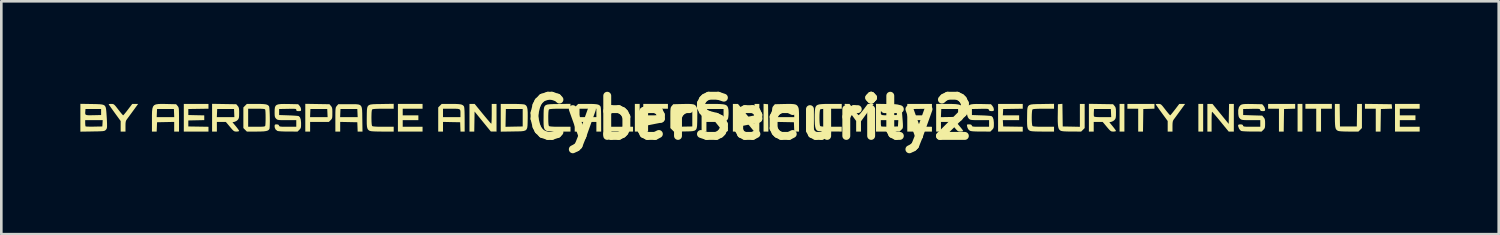
<source format=kicad_pcb>
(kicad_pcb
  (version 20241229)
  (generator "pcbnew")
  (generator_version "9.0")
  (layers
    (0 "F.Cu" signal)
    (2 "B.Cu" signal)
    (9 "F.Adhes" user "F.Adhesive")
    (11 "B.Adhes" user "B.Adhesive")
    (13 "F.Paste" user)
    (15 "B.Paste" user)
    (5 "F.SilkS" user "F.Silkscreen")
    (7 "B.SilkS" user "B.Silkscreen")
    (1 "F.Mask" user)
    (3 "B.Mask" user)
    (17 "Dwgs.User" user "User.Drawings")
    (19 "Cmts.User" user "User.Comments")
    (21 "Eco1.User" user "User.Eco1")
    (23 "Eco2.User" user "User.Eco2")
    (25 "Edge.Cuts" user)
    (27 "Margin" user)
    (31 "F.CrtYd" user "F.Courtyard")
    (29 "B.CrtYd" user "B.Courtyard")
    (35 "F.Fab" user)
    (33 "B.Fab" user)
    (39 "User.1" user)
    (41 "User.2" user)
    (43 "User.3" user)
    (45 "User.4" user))
  (footprint "CyberSecurity2"
    (layer "F.Cu")
    (at 25.4 1.418)
    (property "Reference" "CyberSecurity2" (at 0 0 0) (layer "F.SilkS") (effects (font (size 1.524 1.524) (thickness 0.3))))
    (attr board_only exclude_from_pos_files exclude_from_bom)
    (fp_poly (pts (xy -4.176 0.525) (xy -4.359 0.525) (xy -4.359 -0.525) (xy -4.176 -0.525)) (stroke (width 0) (type solid)) (fill yes) (layer "F.SilkS"))
    (fp_poly (pts (xy 14.218 0.525) (xy 14.035 0.525) (xy 14.035 -0.525) (xy 14.218 -0.525)) (stroke (width 0) (type solid)) (fill yes) (layer "F.SilkS"))
    (fp_poly (pts (xy 17.207 0.525) (xy 17.025 0.525) (xy 17.025 -0.525) (xy 17.207 -0.525)) (stroke (width 0) (type solid)) (fill yes) (layer "F.SilkS"))
    (fp_poly (pts (xy 20.973 0.525) (xy 20.79 0.525) (xy 20.79 -0.525) (xy 20.973 -0.525)) (stroke (width 0) (type solid)) (fill yes) (layer "F.SilkS"))
    (fp_poly (pts (xy -5.272 0.342) (xy -4.427 0.342) (xy -4.427 0.525) (xy -5.454 0.525) (xy -5.454 -0.525) (xy -5.272 -0.525)) (stroke (width 0) (type solid)) (fill yes) (layer "F.SilkS"))
    (fp_poly (pts (xy 0.61 -0.521) (xy 0.696 -0.513) (xy 0.702 0.006) (xy 0.708 0.525) (xy 0.525 0.525) (xy 0.525 -0.528)) (stroke (width 0) (type solid)) (fill yes) (layer "F.SilkS"))
    (fp_poly (pts (xy 22.091 -0.342) (xy 21.68 -0.342) (xy 21.68 0.525) (xy 21.498 0.525) (xy 21.498 -0.342) (xy 21.087 -0.342) (xy 21.087 -0.525) (xy 22.091 -0.525)) (stroke (width 0) (type solid)) (fill yes) (layer "F.SilkS"))
    (fp_poly (pts (xy 20.699 -0.344) (xy 20.277 -0.331) (xy 20.27 0.097) (xy 20.264 0.525) (xy 20.083 0.525) (xy 20.083 -0.342) (xy 19.672 -0.342) (xy 19.672 -0.525) (xy 20.699 -0.525)) (stroke (width 0) (type solid)) (fill yes) (layer "F.SilkS"))
    (fp_poly (pts (xy -3.104 -0.342) (xy -3.857 -0.342) (xy -3.857 -0.091) (xy -3.241 -0.091) (xy -3.241 0.091) (xy -3.857 0.091) (xy -3.857 0.525) (xy -4.039 0.525) (xy -4.039 -0.525) (xy -3.104 -0.525)) (stroke (width 0) (type solid)) (fill yes) (layer "F.SilkS"))
    (fp_poly (pts (xy 15.359 -0.344) (xy 15.148 -0.337) (xy 14.936 -0.331) (xy 14.93 0.097) (xy 14.924 0.525) (xy 14.742 0.525) (xy 14.742 -0.342) (xy 14.332 -0.342) (xy 14.332 -0.525) (xy 15.359 -0.525)) (stroke (width 0) (type solid)) (fill yes) (layer "F.SilkS"))
    (fp_poly (pts (xy -12.415 -0.342) (xy -13.168 -0.342) (xy -13.168 -0.091) (xy -12.574 -0.091) (xy -12.574 0.091) (xy -13.168 0.091) (xy -13.168 0.342) (xy -12.415 0.342) (xy -12.415 0.525) (xy -13.35 0.525) (xy -13.35 -0.525) (xy -12.415 -0.525)) (stroke (width 0) (type solid)) (fill yes) (layer "F.SilkS"))
    (fp_poly (pts (xy 23.854 -0.52) (xy 24.362 -0.513) (xy 24.369 -0.429) (xy 24.376 -0.344) (xy 24.163 -0.337) (xy 23.951 -0.331) (xy 23.945 0.097) (xy 23.938 0.525) (xy 23.757 0.525) (xy 23.757 -0.342) (xy 23.346 -0.342) (xy 23.346 -0.526)) (stroke (width 0) (type solid)) (fill yes) (layer "F.SilkS"))
    (fp_poly (pts (xy 25.423 -0.342) (xy 24.67 -0.342) (xy 24.67 -0.091) (xy 25.263 -0.091) (xy 25.263 0.091) (xy 24.67 0.091) (xy 24.67 0.342) (xy 25.423 0.342) (xy 25.423 0.525) (xy 24.487 0.525) (xy 24.487 -0.525) (xy 25.423 -0.525)) (stroke (width 0) (type solid)) (fill yes) (layer "F.SilkS"))
    (fp_poly (pts (xy -20.539 -0.343) (xy -21.304 -0.331) (xy -21.304 -0.103) (xy -21.001 -0.096) (xy -20.699 -0.09) (xy -20.699 0.09) (xy -21.304 0.103) (xy -21.304 0.331) (xy -20.539 0.343) (xy -20.539 0.525) (xy -21.475 0.525) (xy -21.475 -0.525) (xy -20.539 -0.525)) (stroke (width 0) (type solid)) (fill yes) (layer "F.SilkS"))
    (fp_poly (pts (xy 6.915 -0.343) (xy 6.544 -0.337) (xy 6.173 -0.331) (xy 6.159 -0.091) (xy 6.778 -0.091) (xy 6.778 0.091) (xy 6.159 0.091) (xy 6.166 0.211) (xy 6.173 0.331) (xy 6.544 0.337) (xy 6.915 0.343) (xy 6.915 0.525) (xy 5.979 0.525) (xy 5.979 -0.525) (xy 6.915 -0.525)) (stroke (width 0) (type solid)) (fill yes) (layer "F.SilkS"))
    (fp_poly (pts (xy 10.361 -0.343) (xy 9.99 -0.337) (xy 9.619 -0.331) (xy 9.605 -0.091) (xy 10.224 -0.091) (xy 10.224 0.091) (xy 9.605 0.091) (xy 9.612 0.211) (xy 9.619 0.331) (xy 9.99 0.337) (xy 10.361 0.343) (xy 10.361 0.525) (xy 9.425 0.525) (xy 9.425 -0.525) (xy 10.361 -0.525)) (stroke (width 0) (type solid)) (fill yes) (layer "F.SilkS"))
    (fp_poly (pts (xy -10.132 -0.149) (xy -10.04 -0.038) (xy -9.958 0.06) (xy -9.889 0.14) (xy -9.839 0.197) (xy -9.811 0.225) (xy -9.807 0.227) (xy -9.802 0.206) (xy -9.797 0.147) (xy -9.793 0.057) (xy -9.791 -0.057) (xy -9.79 -0.148) (xy -9.79 -0.525) (xy -9.608 -0.525) (xy -9.608 0.525) (xy -9.716 0.523) (xy -9.825 0.522) (xy -10.441 -0.235) (xy -10.447 0.145) (xy -10.453 0.525) (xy -10.635 0.525) (xy -10.635 -0.525) (xy -10.439 -0.525)) (stroke (width 0) (type solid)) (fill yes) (layer "F.SilkS"))
    (fp_poly (pts (xy 0.365 0.525) (xy 0.17 0.525) (xy -0.138 0.149) (xy -0.229 0.037) (xy -0.312 -0.061) (xy -0.38 -0.141) (xy -0.431 -0.198) (xy -0.459 -0.226) (xy -0.462 -0.228) (xy -0.468 -0.206) (xy -0.473 -0.147) (xy -0.476 -0.057) (xy -0.479 0.057) (xy -0.479 0.148) (xy -0.479 0.525) (xy -0.639 0.525) (xy -0.639 -0.525) (xy -0.445 -0.523) (xy -0.137 -0.144) (xy 0.171 0.234) (xy 0.177 -0.145) (xy 0.184 -0.525) (xy 0.365 -0.525)) (stroke (width 0) (type solid)) (fill yes) (layer "F.SilkS"))
    (fp_poly (pts (xy 11.872 -0.098) (xy 11.878 0.331) (xy 12.204 0.337) (xy 12.529 0.344) (xy 12.529 -0.525) (xy 12.711 -0.525) (xy 12.711 0.391) (xy 12.578 0.525) (xy 12.217 0.524) (xy 12.065 0.522) (xy 11.953 0.518) (xy 11.874 0.511) (xy 11.82 0.5) (xy 11.794 0.489) (xy 11.757 0.462) (xy 11.729 0.421) (xy 11.709 0.361) (xy 11.697 0.277) (xy 11.69 0.162) (xy 11.688 0.01) (xy 11.69 -0.119) (xy 11.696 -0.513) (xy 11.866 -0.528)) (stroke (width 0) (type solid)) (fill yes) (layer "F.SilkS"))
    (fp_poly (pts (xy 18.371 0.525) (xy 18.176 0.525) (xy 17.868 0.149) (xy 17.777 0.037) (xy 17.694 -0.061) (xy 17.626 -0.141) (xy 17.575 -0.198) (xy 17.547 -0.226) (xy 17.544 -0.228) (xy 17.538 -0.206) (xy 17.533 -0.147) (xy 17.529 -0.057) (xy 17.527 0.057) (xy 17.527 0.148) (xy 17.527 0.525) (xy 17.367 0.525) (xy 17.367 -0.525) (xy 17.561 -0.523) (xy 17.869 -0.144) (xy 18.177 0.234) (xy 18.183 -0.145) (xy 18.19 -0.525) (xy 18.371 -0.525)) (stroke (width 0) (type solid)) (fill yes) (layer "F.SilkS"))
    (fp_poly (pts (xy 22.393 -0.097) (xy 22.399 0.331) (xy 23.038 0.331) (xy 23.044 -0.097) (xy 23.05 -0.525) (xy 23.232 -0.525) (xy 23.232 0.391) (xy 23.099 0.525) (xy 22.737 0.525) (xy 22.566 0.522) (xy 22.439 0.516) (xy 22.356 0.506) (xy 22.32 0.496) (xy 22.283 0.473) (xy 22.255 0.444) (xy 22.234 0.402) (xy 22.22 0.34) (xy 22.212 0.254) (xy 22.207 0.137) (xy 22.206 -0.018) (xy 22.205 -0.086) (xy 22.205 -0.525) (xy 22.387 -0.525)) (stroke (width 0) (type solid)) (fill yes) (layer "F.SilkS"))
    (fp_poly (pts (xy -15.948 -0.513) (xy -15.893 -0.449) (xy -15.866 -0.414) (xy -15.85 -0.375) (xy -15.841 -0.321) (xy -15.838 -0.239) (xy -15.838 -0.18) (xy -15.839 -0.081) (xy -15.843 -0.016) (xy -15.854 0.028) (xy -15.874 0.061) (xy -15.905 0.093) (xy -15.971 0.16) (xy -16.682 0.16) (xy -16.682 0.525) (xy -16.865 0.525) (xy -16.865 -0.023) (xy -16.684 -0.023) (xy -16.018 -0.023) (xy -16.032 -0.331) (xy -16.671 -0.331) (xy -16.684 -0.023) (xy -16.865 -0.023) (xy -16.865 -0.528)) (stroke (width 0) (type solid)) (fill yes) (layer "F.SilkS"))
    (fp_poly (pts (xy -5.999 -0.524) (xy -5.885 -0.519) (xy -5.803 -0.51) (xy -5.745 -0.496) (xy -5.704 -0.474) (xy -5.672 -0.443) (xy -5.666 -0.436) (xy -5.655 -0.404) (xy -5.647 -0.34) (xy -5.642 -0.239) (xy -5.639 -0.098) (xy -5.638 0.063) (xy -5.637 0.525) (xy -5.819 0.525) (xy -5.819 0.16) (xy -6.458 0.16) (xy -6.458 0.525) (xy -6.641 0.525) (xy -6.641 -0.023) (xy -6.458 -0.023) (xy -5.819 -0.023) (xy -5.819 -0.342) (xy -6.458 -0.342) (xy -6.458 -0.023) (xy -6.641 -0.023) (xy -6.641 -0.391) (xy -6.508 -0.525) (xy -6.151 -0.525)) (stroke (width 0) (type solid)) (fill yes) (layer "F.SilkS"))
    (fp_poly (pts (xy -8.889 -0.524) (xy -8.764 -0.521) (xy -8.66 -0.516) (xy -8.585 -0.509) (xy -8.549 -0.503) (xy -8.504 -0.48) (xy -8.47 -0.445) (xy -8.447 -0.392) (xy -8.432 -0.315) (xy -8.425 -0.209) (xy -8.424 -0.066) (xy -8.425 0.035) (xy -8.428 0.184) (xy -8.432 0.298) (xy -8.443 0.382) (xy -8.467 0.441) (xy -8.509 0.48) (xy -8.574 0.502) (xy -8.667 0.514) (xy -8.795 0.518) (xy -8.962 0.52) (xy -8.992 0.521) (xy -9.448 0.528) (xy -9.448 0.344) (xy -9.267 0.344) (xy -8.941 0.337) (xy -8.615 0.331) (xy -8.615 -0.331) (xy -9.254 -0.331) (xy -9.267 0.344) (xy -9.448 0.344) (xy -9.448 -0.525) (xy -9.027 -0.525)) (stroke (width 0) (type solid)) (fill yes) (layer "F.SilkS"))
    (fp_poly (pts (xy 3.66 -0.525) (xy 3.682 -0.525) (xy 3.785 -0.525) (xy 3.949 -0.314) (xy 4.014 -0.23) (xy 4.071 -0.161) (xy 4.112 -0.114) (xy 4.13 -0.096) (xy 4.151 -0.11) (xy 4.192 -0.154) (xy 4.249 -0.222) (xy 4.315 -0.305) (xy 4.316 -0.307) (xy 4.482 -0.525) (xy 4.707 -0.525) (xy 4.651 -0.451) (xy 4.616 -0.405) (xy 4.562 -0.331) (xy 4.495 -0.239) (xy 4.422 -0.139) (xy 4.408 -0.12) (xy 4.222 0.136) (xy 4.222 0.525) (xy 4.039 0.525) (xy 4.039 0.123) (xy 3.843 -0.148) (xy 3.75 -0.276) (xy 3.681 -0.372) (xy 3.634 -0.439) (xy 3.608 -0.484) (xy 3.599 -0.51) (xy 3.606 -0.522) (xy 3.627 -0.526)) (stroke (width 0) (type solid)) (fill yes) (layer "F.SilkS"))
    (fp_poly (pts (xy -22.148 -0.522) (xy -22.105 -0.521) (xy -21.767 -0.513) (xy -21.712 -0.449) (xy -21.694 -0.426) (xy -21.68 -0.402) (xy -21.67 -0.37) (xy -21.663 -0.324) (xy -21.66 -0.256) (xy -21.658 -0.16) (xy -21.657 -0.029) (xy -21.657 0.07) (xy -21.657 0.525) (xy -21.84 0.525) (xy -21.84 0.158) (xy -22.49 0.171) (xy -22.497 0.348) (xy -22.504 0.525) (xy -22.684 0.525) (xy -22.684 0.086) (xy -22.684 -0.023) (xy -22.504 -0.023) (xy -21.838 -0.023) (xy -21.851 -0.331) (xy -22.49 -0.331) (xy -22.504 -0.023) (xy -22.684 -0.023) (xy -22.684 -0.098) (xy -22.68 -0.242) (xy -22.667 -0.349) (xy -22.641 -0.426) (xy -22.598 -0.477) (xy -22.531 -0.507) (xy -22.437 -0.521) (xy -22.311 -0.525)) (stroke (width 0) (type solid)) (fill yes) (layer "F.SilkS"))
    (fp_poly (pts (xy -14.938 -0.513) (xy -14.849 -0.504) (xy -14.787 -0.482) (xy -14.746 -0.443) (xy -14.721 -0.38) (xy -14.709 -0.29) (xy -14.704 -0.165) (xy -14.702 -0.003) (xy -14.701 0.058) (xy -14.694 0.525) (xy -14.878 0.525) (xy -14.884 0.348) (xy -14.891 0.171) (xy -15.541 0.158) (xy -15.541 0.525) (xy -15.724 0.525) (xy -15.724 0.07) (xy -15.724 -0.023) (xy -15.543 -0.023) (xy -14.877 -0.023) (xy -14.891 -0.331) (xy -15.53 -0.331) (xy -15.543 -0.023) (xy -15.724 -0.023) (xy -15.724 -0.085) (xy -15.723 -0.201) (xy -15.72 -0.285) (xy -15.715 -0.344) (xy -15.708 -0.384) (xy -15.696 -0.412) (xy -15.681 -0.435) (xy -15.669 -0.449) (xy -15.614 -0.513) (xy -15.213 -0.513) (xy -15.058 -0.514)) (stroke (width 0) (type solid)) (fill yes) (layer "F.SilkS"))
    (fp_poly (pts (xy -11.179 -0.524) (xy -11.066 -0.519) (xy -10.983 -0.51) (xy -10.925 -0.496) (xy -10.884 -0.474) (xy -10.852 -0.443) (xy -10.847 -0.436) (xy -10.836 -0.404) (xy -10.828 -0.34) (xy -10.822 -0.239) (xy -10.819 -0.098) (xy -10.818 0.063) (xy -10.817 0.525) (xy -10.975 0.525) (xy -10.982 0.348) (xy -10.988 0.171) (xy -11.314 0.165) (xy -11.639 0.158) (xy -11.639 0.525) (xy -11.821 0.525) (xy -11.821 -0.023) (xy -11.639 -0.023) (xy -10.977 -0.023) (xy -10.977 -0.146) (xy -10.977 -0.221) (xy -10.982 -0.274) (xy -10.999 -0.309) (xy -11.034 -0.329) (xy -11.095 -0.339) (xy -11.187 -0.342) (xy -11.319 -0.342) (xy -11.639 -0.342) (xy -11.639 -0.023) (xy -11.821 -0.023) (xy -11.821 -0.391) (xy -11.688 -0.525) (xy -11.331 -0.525)) (stroke (width 0) (type solid)) (fill yes) (layer "F.SilkS"))
    (fp_poly (pts (xy 1.574 -0.523) (xy 1.663 -0.517) (xy 1.726 -0.506) (xy 1.77 -0.488) (xy 1.802 -0.461) (xy 1.827 -0.427) (xy 1.842 -0.397) (xy 1.854 -0.362) (xy 1.862 -0.315) (xy 1.867 -0.249) (xy 1.87 -0.157) (xy 1.871 -0.03) (xy 1.871 0.086) (xy 1.871 0.525) (xy 1.691 0.525) (xy 1.684 0.348) (xy 1.677 0.171) (xy 1.027 0.158) (xy 1.027 0.525) (xy 0.844 0.525) (xy 0.844 0.07) (xy 0.844 -0.023) (xy 1.025 -0.023) (xy 1.691 -0.023) (xy 1.677 -0.331) (xy 1.038 -0.331) (xy 1.025 -0.023) (xy 0.844 -0.023) (xy 0.845 -0.085) (xy 0.846 -0.201) (xy 0.848 -0.285) (xy 0.853 -0.344) (xy 0.86 -0.384) (xy 0.872 -0.412) (xy 0.887 -0.435) (xy 0.899 -0.449) (xy 0.954 -0.513) (xy 1.292 -0.521) (xy 1.452 -0.524)) (stroke (width 0) (type solid)) (fill yes) (layer "F.SilkS"))
    (fp_poly (pts (xy -23.395 -0.268) (xy -23.468 -0.168) (xy -23.537 -0.075) (xy -23.593 0.002) (xy -23.631 0.053) (xy -23.635 0.059) (xy -23.662 0.1) (xy -23.678 0.146) (xy -23.686 0.208) (xy -23.688 0.3) (xy -23.688 0.327) (xy -23.688 0.525) (xy -23.871 0.525) (xy -23.871 0.125) (xy -24.099 -0.189) (xy -24.174 -0.293) (xy -24.239 -0.384) (xy -24.289 -0.455) (xy -24.32 -0.501) (xy -24.327 -0.514) (xy -24.307 -0.521) (xy -24.256 -0.524) (xy -24.227 -0.525) (xy -24.185 -0.524) (xy -24.151 -0.516) (xy -24.118 -0.497) (xy -24.08 -0.459) (xy -24.028 -0.396) (xy -23.96 -0.308) (xy -23.894 -0.224) (xy -23.837 -0.155) (xy -23.796 -0.109) (xy -23.777 -0.091) (xy -23.777 -0.091) (xy -23.758 -0.108) (xy -23.717 -0.155) (xy -23.661 -0.224) (xy -23.596 -0.308) (xy -23.431 -0.525) (xy -23.208 -0.525)) (stroke (width 0) (type solid)) (fill yes) (layer "F.SilkS"))
    (fp_poly (pts (xy 16.336 -0.268) (xy 16.263 -0.168) (xy 16.195 -0.075) (xy 16.139 0.002) (xy 16.101 0.053) (xy 16.096 0.059) (xy 16.07 0.1) (xy 16.054 0.146) (xy 16.046 0.208) (xy 16.043 0.3) (xy 16.043 0.327) (xy 16.043 0.525) (xy 15.861 0.525) (xy 15.861 0.124) (xy 15.633 -0.188) (xy 15.557 -0.292) (xy 15.493 -0.383) (xy 15.443 -0.454) (xy 15.412 -0.499) (xy 15.404 -0.513) (xy 15.425 -0.52) (xy 15.476 -0.524) (xy 15.504 -0.525) (xy 15.547 -0.524) (xy 15.581 -0.516) (xy 15.614 -0.497) (xy 15.652 -0.459) (xy 15.703 -0.396) (xy 15.772 -0.308) (xy 15.838 -0.224) (xy 15.895 -0.155) (xy 15.936 -0.109) (xy 15.955 -0.091) (xy 15.955 -0.091) (xy 15.974 -0.108) (xy 16.015 -0.155) (xy 16.07 -0.224) (xy 16.136 -0.308) (xy 16.301 -0.525) (xy 16.523 -0.525)) (stroke (width 0) (type solid)) (fill yes) (layer "F.SilkS"))
    (fp_poly (pts (xy -19.485 -0.513) (xy -19.43 -0.449) (xy -19.403 -0.414) (xy -19.387 -0.374) (xy -19.378 -0.319) (xy -19.375 -0.237) (xy -19.375 -0.183) (xy -19.377 -0.081) (xy -19.382 -0.014) (xy -19.395 0.032) (xy -19.416 0.067) (xy -19.427 0.08) (xy -19.486 0.128) (xy -19.553 0.156) (xy -19.628 0.171) (xy -19.501 0.323) (xy -19.444 0.395) (xy -19.401 0.454) (xy -19.377 0.493) (xy -19.375 0.5) (xy -19.396 0.516) (xy -19.449 0.524) (xy -19.474 0.525) (xy -19.52 0.523) (xy -19.556 0.514) (xy -19.592 0.491) (xy -19.636 0.448) (xy -19.696 0.378) (xy -19.726 0.342) (xy -19.879 0.16) (xy -20.22 0.16) (xy -20.22 0.525) (xy -20.402 0.525) (xy -20.402 -0.023) (xy -20.222 -0.023) (xy -19.556 -0.023) (xy -19.569 -0.331) (xy -20.208 -0.331) (xy -20.222 -0.023) (xy -20.402 -0.023) (xy -20.402 -0.528)) (stroke (width 0) (type solid)) (fill yes) (layer "F.SilkS"))
    (fp_poly (pts (xy -13.51 -0.342) (xy -13.905 -0.342) (xy -14.069 -0.341) (xy -14.191 -0.337) (xy -14.273 -0.33) (xy -14.318 -0.32) (xy -14.327 -0.315) (xy -14.341 -0.277) (xy -14.35 -0.196) (xy -14.354 -0.071) (xy -14.355 0) (xy -14.352 0.146) (xy -14.345 0.247) (xy -14.334 0.303) (xy -14.327 0.315) (xy -14.297 0.326) (xy -14.232 0.334) (xy -14.129 0.34) (xy -13.984 0.342) (xy -13.905 0.342) (xy -13.51 0.342) (xy -13.51 0.525) (xy -13.938 0.525) (xy -14.117 0.523) (xy -14.253 0.519) (xy -14.349 0.512) (xy -14.408 0.501) (xy -14.423 0.496) (xy -14.462 0.471) (xy -14.492 0.439) (xy -14.512 0.393) (xy -14.525 0.327) (xy -14.532 0.234) (xy -14.533 0.107) (xy -14.532 -0.028) (xy -14.53 -0.179) (xy -14.526 -0.294) (xy -14.515 -0.38) (xy -14.492 -0.44) (xy -14.45 -0.479) (xy -14.386 -0.502) (xy -14.292 -0.513) (xy -14.165 -0.518) (xy -13.999 -0.52) (xy -13.966 -0.521) (xy -13.51 -0.528)) (stroke (width 0) (type solid)) (fill yes) (layer "F.SilkS"))
    (fp_poly (pts (xy -6.801 -0.342) (xy -7.196 -0.342) (xy -7.36 -0.341) (xy -7.481 -0.337) (xy -7.563 -0.33) (xy -7.609 -0.32) (xy -7.618 -0.315) (xy -7.631 -0.277) (xy -7.64 -0.196) (xy -7.645 -0.071) (xy -7.645 0) (xy -7.643 0.146) (xy -7.636 0.247) (xy -7.624 0.303) (xy -7.618 0.315) (xy -7.588 0.326) (xy -7.523 0.334) (xy -7.419 0.34) (xy -7.275 0.342) (xy -7.196 0.342) (xy -6.801 0.342) (xy -6.801 0.525) (xy -7.229 0.525) (xy -7.407 0.523) (xy -7.543 0.519) (xy -7.639 0.512) (xy -7.698 0.501) (xy -7.713 0.496) (xy -7.753 0.471) (xy -7.783 0.439) (xy -7.803 0.393) (xy -7.816 0.327) (xy -7.822 0.234) (xy -7.824 0.107) (xy -7.822 -0.028) (xy -7.821 -0.179) (xy -7.817 -0.294) (xy -7.806 -0.38) (xy -7.782 -0.44) (xy -7.741 -0.479) (xy -7.676 -0.502) (xy -7.583 -0.513) (xy -7.456 -0.518) (xy -7.289 -0.52) (xy -7.257 -0.521) (xy -6.801 -0.528)) (stroke (width 0) (type solid)) (fill yes) (layer "F.SilkS"))
    (fp_poly (pts (xy 11.548 -0.342) (xy 11.153 -0.342) (xy 10.988 -0.341) (xy 10.867 -0.337) (xy 10.785 -0.33) (xy 10.74 -0.32) (xy 10.731 -0.315) (xy 10.718 -0.28) (xy 10.71 -0.211) (xy 10.704 -0.118) (xy 10.702 -0.013) (xy 10.703 0.093) (xy 10.708 0.19) (xy 10.716 0.266) (xy 10.727 0.31) (xy 10.731 0.315) (xy 10.76 0.326) (xy 10.825 0.334) (xy 10.929 0.34) (xy 11.074 0.342) (xy 11.153 0.342) (xy 11.548 0.342) (xy 11.548 0.525) (xy 11.12 0.525) (xy 10.941 0.523) (xy 10.805 0.519) (xy 10.709 0.512) (xy 10.65 0.501) (xy 10.635 0.496) (xy 10.595 0.471) (xy 10.566 0.439) (xy 10.545 0.393) (xy 10.532 0.327) (xy 10.526 0.234) (xy 10.524 0.107) (xy 10.526 -0.028) (xy 10.528 -0.179) (xy 10.531 -0.294) (xy 10.542 -0.38) (xy 10.566 -0.44) (xy 10.607 -0.479) (xy 10.672 -0.502) (xy 10.765 -0.513) (xy 10.892 -0.518) (xy 11.059 -0.52) (xy 11.092 -0.521) (xy 11.548 -0.528)) (stroke (width 0) (type solid)) (fill yes) (layer "F.SilkS"))
    (fp_poly (pts (xy 3.492 -0.342) (xy 3.097 -0.342) (xy 2.933 -0.341) (xy 2.811 -0.337) (xy 2.729 -0.33) (xy 2.684 -0.32) (xy 2.675 -0.315) (xy 2.663 -0.28) (xy 2.654 -0.211) (xy 2.648 -0.118) (xy 2.646 -0.013) (xy 2.647 0.093) (xy 2.652 0.19) (xy 2.66 0.266) (xy 2.671 0.31) (xy 2.675 0.315) (xy 2.704 0.326) (xy 2.769 0.334) (xy 2.873 0.34) (xy 3.018 0.342) (xy 3.097 0.342) (xy 3.492 0.342) (xy 3.492 0.525) (xy 3.064 0.523) (xy 2.925 0.522) (xy 2.8 0.518) (xy 2.695 0.514) (xy 2.62 0.507) (xy 2.583 0.501) (xy 2.54 0.473) (xy 2.508 0.425) (xy 2.486 0.351) (xy 2.472 0.246) (xy 2.466 0.104) (xy 2.465 0.004) (xy 2.466 -0.118) (xy 2.471 -0.23) (xy 2.479 -0.32) (xy 2.488 -0.378) (xy 2.49 -0.385) (xy 2.51 -0.43) (xy 2.537 -0.465) (xy 2.579 -0.489) (xy 2.64 -0.507) (xy 2.726 -0.517) (xy 2.844 -0.523) (xy 3 -0.525) (xy 3.068 -0.525) (xy 3.492 -0.525)) (stroke (width 0) (type solid)) (fill yes) (layer "F.SilkS"))
    (fp_poly (pts (xy 13.788 -0.513) (xy 13.843 -0.449) (xy 13.87 -0.414) (xy 13.886 -0.374) (xy 13.895 -0.319) (xy 13.898 -0.237) (xy 13.898 -0.183) (xy 13.897 -0.081) (xy 13.891 -0.014) (xy 13.879 0.032) (xy 13.857 0.067) (xy 13.846 0.08) (xy 13.788 0.128) (xy 13.72 0.156) (xy 13.646 0.171) (xy 13.772 0.323) (xy 13.829 0.395) (xy 13.873 0.454) (xy 13.896 0.493) (xy 13.898 0.5) (xy 13.878 0.516) (xy 13.825 0.524) (xy 13.799 0.525) (xy 13.753 0.523) (xy 13.717 0.514) (xy 13.681 0.491) (xy 13.638 0.448) (xy 13.577 0.378) (xy 13.547 0.342) (xy 13.394 0.16) (xy 13.054 0.16) (xy 13.054 0.525) (xy 12.871 0.525) (xy 12.871 -0.133) (xy 13.056 -0.133) (xy 13.059 -0.074) (xy 13.063 -0.054) (xy 13.078 -0.041) (xy 13.115 -0.032) (xy 13.181 -0.026) (xy 13.282 -0.023) (xy 13.396 -0.023) (xy 13.718 -0.023) (xy 13.704 -0.331) (xy 13.065 -0.331) (xy 13.058 -0.208) (xy 13.056 -0.133) (xy 12.871 -0.133) (xy 12.871 -0.528)) (stroke (width 0) (type solid)) (fill yes) (layer "F.SilkS"))
    (fp_poly (pts (xy -1.24 -0.524) (xy -1.106 -0.519) (xy -1.006 -0.51) (xy -0.934 -0.495) (xy -0.885 -0.472) (xy -0.852 -0.44) (xy -0.829 -0.397) (xy -0.821 -0.376) (xy -0.806 -0.294) (xy -0.802 -0.184) (xy -0.804 -0.118) (xy -0.812 -0.027) (xy -0.823 0.033) (xy -0.843 0.072) (xy -0.875 0.105) (xy -0.877 0.107) (xy -0.934 0.143) (xy -0.991 0.16) (xy -0.994 0.16) (xy -1.036 0.165) (xy -1.05 0.174) (xy -1.036 0.197) (xy -0.999 0.244) (xy -0.947 0.307) (xy -0.936 0.319) (xy -0.866 0.405) (xy -0.83 0.464) (xy -0.827 0.501) (xy -0.857 0.519) (xy -0.919 0.524) (xy -0.964 0.521) (xy -1 0.511) (xy -1.035 0.486) (xy -1.079 0.441) (xy -1.139 0.367) (xy -1.161 0.341) (xy -1.306 0.16) (xy -1.643 0.16) (xy -1.643 0.525) (xy -1.826 0.525) (xy -1.826 -0.022) (xy -1.645 -0.022) (xy -1.319 -0.028) (xy -0.993 -0.034) (xy -0.993 -0.331) (xy -1.632 -0.331) (xy -1.645 -0.022) (xy -1.826 -0.022) (xy -1.826 -0.525) (xy -1.414 -0.525)) (stroke (width 0) (type solid)) (fill yes) (layer "F.SilkS"))
    (fp_poly (pts (xy 7.672 -0.523) (xy 7.817 -0.517) (xy 7.926 -0.502) (xy 8.004 -0.475) (xy 8.055 -0.435) (xy 8.085 -0.376) (xy 8.099 -0.298) (xy 8.1 -0.196) (xy 8.098 -0.135) (xy 8.092 -0.041) (xy 8.084 0.02) (xy 8.068 0.06) (xy 8.041 0.091) (xy 8.026 0.105) (xy 7.968 0.142) (xy 7.911 0.16) (xy 7.906 0.16) (xy 7.864 0.164) (xy 7.85 0.173) (xy 7.864 0.195) (xy 7.901 0.243) (xy 7.954 0.308) (xy 7.976 0.334) (xy 8.033 0.404) (xy 8.077 0.461) (xy 8.1 0.497) (xy 8.102 0.503) (xy 8.081 0.516) (xy 8.03 0.524) (xy 7.999 0.525) (xy 7.953 0.523) (xy 7.916 0.515) (xy 7.881 0.493) (xy 7.838 0.45) (xy 7.779 0.382) (xy 7.746 0.342) (xy 7.595 0.16) (xy 7.257 0.16) (xy 7.257 0.525) (xy 7.075 0.525) (xy 7.075 -0.022) (xy 7.255 -0.022) (xy 7.581 -0.028) (xy 7.908 -0.034) (xy 7.908 -0.331) (xy 7.269 -0.331) (xy 7.262 -0.176) (xy 7.255 -0.022) (xy 7.075 -0.022) (xy 7.075 -0.525) (xy 7.486 -0.525)) (stroke (width 0) (type solid)) (fill yes) (layer "F.SilkS"))
    (fp_poly (pts (xy -2.283 -0.523) (xy -2.194 -0.517) (xy -2.13 -0.506) (xy -2.086 -0.488) (xy -2.054 -0.461) (xy -2.029 -0.427) (xy -2.012 -0.396) (xy -2.001 -0.361) (xy -1.993 -0.315) (xy -1.989 -0.249) (xy -1.988 -0.156) (xy -1.99 -0.027) (xy -1.99 0.028) (xy -1.993 0.187) (xy -1.998 0.307) (xy -2.011 0.394) (xy -2.038 0.452) (xy -2.086 0.488) (xy -2.158 0.507) (xy -2.262 0.516) (xy -2.403 0.519) (xy -2.488 0.521) (xy -2.876 0.528) (xy -2.944 0.46) (xy -3.012 0.391) (xy -3.012 0.092) (xy -2.826 0.092) (xy -2.826 0.192) (xy -2.824 0.268) (xy -2.821 0.31) (xy -2.82 0.313) (xy -2.805 0.326) (xy -2.767 0.334) (xy -2.7 0.338) (xy -2.599 0.339) (xy -2.494 0.337) (xy -2.179 0.331) (xy -2.179 -0.331) (xy -2.818 -0.331) (xy -2.825 -0.024) (xy -2.826 0.092) (xy -3.012 0.092) (xy -3.012 0.003) (xy -3.012 -0.139) (xy -3.011 -0.243) (xy -3.007 -0.316) (xy -3.001 -0.366) (xy -2.991 -0.4) (xy -2.976 -0.426) (xy -2.957 -0.449) (xy -2.902 -0.513) (xy -2.565 -0.521) (xy -2.405 -0.524)) (stroke (width 0) (type solid)) (fill yes) (layer "F.SilkS"))
    (fp_poly (pts (xy -18.573 -0.524) (xy -18.46 -0.519) (xy -18.377 -0.51) (xy -18.319 -0.496) (xy -18.278 -0.474) (xy -18.247 -0.443) (xy -18.241 -0.436) (xy -18.232 -0.402) (xy -18.225 -0.333) (xy -18.219 -0.236) (xy -18.214 -0.121) (xy -18.211 0.002) (xy -18.21 0.125) (xy -18.212 0.238) (xy -18.215 0.332) (xy -18.22 0.398) (xy -18.225 0.421) (xy -18.248 0.458) (xy -18.287 0.485) (xy -18.349 0.504) (xy -18.439 0.517) (xy -18.563 0.523) (xy -18.725 0.525) (xy -19.082 0.525) (xy -19.215 0.391) (xy -19.215 0.342) (xy -19.033 0.342) (xy -18.716 0.342) (xy -18.587 0.342) (xy -18.497 0.339) (xy -18.438 0.334) (xy -18.404 0.325) (xy -18.388 0.312) (xy -18.385 0.306) (xy -18.379 0.267) (xy -18.375 0.195) (xy -18.372 0.099) (xy -18.371 -0.007) (xy -18.372 -0.112) (xy -18.375 -0.205) (xy -18.38 -0.274) (xy -18.385 -0.306) (xy -18.397 -0.321) (xy -18.424 -0.331) (xy -18.473 -0.337) (xy -18.552 -0.341) (xy -18.667 -0.342) (xy -18.716 -0.342) (xy -19.033 -0.342) (xy -19.033 0.342) (xy -19.215 0.342) (xy -19.215 -0.391) (xy -19.082 -0.525) (xy -18.725 -0.525)) (stroke (width 0) (type solid)) (fill yes) (layer "F.SilkS"))
    (fp_poly (pts (xy 5.225 -0.521) (xy 5.394 -0.518) (xy 5.522 -0.513) (xy 5.616 -0.502) (xy 5.682 -0.483) (xy 5.725 -0.451) (xy 5.751 -0.403) (xy 5.766 -0.336) (xy 5.775 -0.247) (xy 5.78 -0.188) (xy 5.794 -0.012) (xy 5.805 0.124) (xy 5.812 0.226) (xy 5.814 0.3) (xy 5.813 0.351) (xy 5.807 0.386) (xy 5.797 0.411) (xy 5.781 0.43) (xy 5.761 0.45) (xy 5.754 0.456) (xy 5.686 0.525) (xy 4.792 0.525) (xy 4.792 0.202) (xy 4.975 0.202) (xy 4.978 0.269) (xy 4.986 0.317) (xy 4.991 0.328) (xy 5.018 0.333) (xy 5.083 0.337) (xy 5.175 0.338) (xy 5.286 0.338) (xy 5.316 0.337) (xy 5.625 0.331) (xy 5.632 0.211) (xy 5.639 0.091) (xy 4.975 0.091) (xy 4.975 0.202) (xy 4.792 0.202) (xy 4.792 -0.182) (xy 4.975 -0.182) (xy 4.979 -0.14) (xy 4.999 -0.114) (xy 5.04 -0.1) (xy 5.109 -0.094) (xy 5.214 -0.095) (xy 5.288 -0.096) (xy 5.58 -0.103) (xy 5.587 -0.223) (xy 5.594 -0.344) (xy 5.29 -0.337) (xy 4.986 -0.331) (xy 4.979 -0.243) (xy 4.975 -0.182) (xy 4.792 -0.182) (xy 4.792 -0.528)) (stroke (width 0) (type solid)) (fill yes) (layer "F.SilkS"))
    (fp_poly (pts (xy -24.967 -0.521) (xy -24.799 -0.518) (xy -24.67 -0.513) (xy -24.576 -0.502) (xy -24.51 -0.482) (xy -24.467 -0.45) (xy -24.441 -0.401) (xy -24.426 -0.333) (xy -24.416 -0.241) (xy -24.411 -0.176) (xy -24.402 -0.052) (xy -24.394 0.079) (xy -24.389 0.196) (xy -24.388 0.233) (xy -24.388 0.326) (xy -24.393 0.386) (xy -24.407 0.426) (xy -24.433 0.458) (xy -24.436 0.462) (xy -24.456 0.479) (xy -24.479 0.493) (xy -24.511 0.502) (xy -24.56 0.509) (xy -24.632 0.513) (xy -24.733 0.517) (xy -24.871 0.519) (xy -24.944 0.521) (xy -25.4 0.528) (xy -25.4 0.202) (xy -25.217 0.202) (xy -25.214 0.269) (xy -25.207 0.317) (xy -25.202 0.328) (xy -25.174 0.333) (xy -25.11 0.337) (xy -25.018 0.338) (xy -24.907 0.338) (xy -24.876 0.337) (xy -24.567 0.331) (xy -24.56 0.211) (xy -24.553 0.091) (xy -25.217 0.091) (xy -25.217 0.202) (xy -25.4 0.202) (xy -25.4 -0.182) (xy -25.217 -0.182) (xy -25.213 -0.14) (xy -25.194 -0.114) (xy -25.153 -0.1) (xy -25.083 -0.094) (xy -24.979 -0.095) (xy -24.904 -0.096) (xy -24.613 -0.103) (xy -24.613 -0.331) (xy -25.206 -0.331) (xy -25.213 -0.243) (xy -25.217 -0.182) (xy -25.4 -0.182) (xy -25.4 -0.528)) (stroke (width 0) (type solid)) (fill yes) (layer "F.SilkS"))
    (fp_poly (pts (xy 19.034 -0.522) (xy 19.082 -0.521) (xy 19.448 -0.513) (xy 19.503 -0.449) (xy 19.542 -0.384) (xy 19.558 -0.318) (xy 19.554 -0.275) (xy 19.533 -0.256) (xy 19.483 -0.251) (xy 19.469 -0.251) (xy 19.407 -0.257) (xy 19.377 -0.277) (xy 19.368 -0.297) (xy 19.361 -0.316) (xy 19.346 -0.328) (xy 19.316 -0.336) (xy 19.262 -0.339) (xy 19.179 -0.34) (xy 19.059 -0.338) (xy 19.041 -0.337) (xy 18.725 -0.331) (xy 18.725 -0.103) (xy 19.086 -0.091) (xy 19.448 -0.08) (xy 19.503 -0.016) (xy 19.532 0.024) (xy 19.549 0.069) (xy 19.556 0.133) (xy 19.558 0.22) (xy 19.556 0.31) (xy 19.55 0.368) (xy 19.533 0.409) (xy 19.504 0.445) (xy 19.491 0.458) (xy 19.424 0.525) (xy 19.063 0.523) (xy 18.935 0.522) (xy 18.821 0.518) (xy 18.728 0.512) (xy 18.667 0.505) (xy 18.65 0.501) (xy 18.606 0.466) (xy 18.568 0.409) (xy 18.564 0.4) (xy 18.536 0.323) (xy 18.534 0.278) (xy 18.561 0.257) (xy 18.619 0.251) (xy 18.619 0.251) (xy 18.682 0.257) (xy 18.712 0.277) (xy 18.72 0.297) (xy 18.727 0.315) (xy 18.744 0.327) (xy 18.776 0.335) (xy 18.831 0.34) (xy 18.916 0.342) (xy 19.04 0.342) (xy 19.054 0.342) (xy 19.375 0.342) (xy 19.375 0.091) (xy 19.023 0.091) (xy 18.888 0.091) (xy 18.791 0.089) (xy 18.723 0.085) (xy 18.678 0.077) (xy 18.646 0.065) (xy 18.62 0.048) (xy 18.61 0.04) (xy 18.574 -0.001) (xy 18.552 -0.053) (xy 18.54 -0.132) (xy 18.538 -0.151) (xy 18.537 -0.294) (xy 18.565 -0.403) (xy 18.621 -0.475) (xy 18.649 -0.493) (xy 18.684 -0.506) (xy 18.733 -0.516) (xy 18.803 -0.521) (xy 18.901 -0.523)) (stroke (width 0) (type solid)) (fill yes) (layer "F.SilkS"))
    (fp_poly (pts (xy -17.506 -0.521) (xy -17.482 -0.521) (xy -17.135 -0.513) (xy -17.08 -0.449) (xy -17.04 -0.384) (xy -17.025 -0.318) (xy -17.028 -0.275) (xy -17.048 -0.256) (xy -17.097 -0.251) (xy -17.116 -0.251) (xy -17.176 -0.255) (xy -17.202 -0.27) (xy -17.207 -0.297) (xy -17.209 -0.315) (xy -17.22 -0.328) (xy -17.246 -0.336) (xy -17.296 -0.339) (xy -17.374 -0.34) (xy -17.49 -0.338) (xy -17.532 -0.337) (xy -17.858 -0.331) (xy -17.858 -0.103) (xy -17.504 -0.091) (xy -17.379 -0.086) (xy -17.269 -0.079) (xy -17.181 -0.072) (xy -17.126 -0.065) (xy -17.113 -0.061) (xy -17.067 -0.016) (xy -17.038 0.066) (xy -17.025 0.188) (xy -17.025 0.231) (xy -17.026 0.318) (xy -17.034 0.375) (xy -17.053 0.415) (xy -17.087 0.454) (xy -17.091 0.458) (xy -17.158 0.525) (xy -17.519 0.524) (xy -17.664 0.522) (xy -17.783 0.517) (xy -17.871 0.51) (xy -17.921 0.501) (xy -17.926 0.499) (xy -17.996 0.441) (xy -18.026 0.364) (xy -18.029 0.327) (xy -18.025 0.275) (xy -18.003 0.255) (xy -17.952 0.251) (xy -17.893 0.259) (xy -17.866 0.287) (xy -17.862 0.297) (xy -17.855 0.315) (xy -17.839 0.327) (xy -17.807 0.335) (xy -17.752 0.34) (xy -17.666 0.342) (xy -17.543 0.342) (xy -17.529 0.342) (xy -17.207 0.342) (xy -17.207 0.091) (xy -17.562 0.091) (xy -17.697 0.091) (xy -17.793 0.09) (xy -17.86 0.086) (xy -17.905 0.079) (xy -17.935 0.067) (xy -17.958 0.05) (xy -17.973 0.035) (xy -18 0.003) (xy -18.017 -0.032) (xy -18.026 -0.084) (xy -18.029 -0.164) (xy -18.029 -0.216) (xy -18.027 -0.315) (xy -18.018 -0.391) (xy -17.995 -0.447) (xy -17.955 -0.485) (xy -17.891 -0.508) (xy -17.799 -0.52) (xy -17.672 -0.523)) (stroke (width 0) (type solid)) (fill yes) (layer "F.SilkS"))
    (fp_poly (pts (xy 8.77 -0.521) (xy 8.79 -0.521) (xy 9.155 -0.513) (xy 9.21 -0.449) (xy 9.25 -0.384) (xy 9.265 -0.318) (xy 9.262 -0.275) (xy 9.241 -0.256) (xy 9.191 -0.251) (xy 9.177 -0.251) (xy 9.115 -0.257) (xy 9.084 -0.277) (xy 9.076 -0.297) (xy 9.069 -0.316) (xy 9.054 -0.328) (xy 9.023 -0.336) (xy 8.97 -0.339) (xy 8.887 -0.34) (xy 8.766 -0.338) (xy 8.748 -0.337) (xy 8.432 -0.331) (xy 8.432 -0.103) (xy 8.786 -0.091) (xy 8.911 -0.086) (xy 9.021 -0.079) (xy 9.109 -0.072) (xy 9.164 -0.065) (xy 9.177 -0.061) (xy 9.223 -0.016) (xy 9.252 0.066) (xy 9.265 0.188) (xy 9.265 0.231) (xy 9.264 0.318) (xy 9.256 0.375) (xy 9.237 0.415) (xy 9.203 0.454) (xy 9.199 0.458) (xy 9.132 0.525) (xy 8.771 0.524) (xy 8.619 0.522) (xy 8.507 0.518) (xy 8.427 0.511) (xy 8.374 0.5) (xy 8.348 0.49) (xy 8.29 0.433) (xy 8.262 0.371) (xy 8.245 0.302) (xy 8.245 0.266) (xy 8.269 0.253) (xy 8.323 0.251) (xy 8.327 0.251) (xy 8.389 0.257) (xy 8.42 0.277) (xy 8.428 0.297) (xy 8.435 0.315) (xy 8.451 0.327) (xy 8.483 0.335) (xy 8.538 0.34) (xy 8.624 0.342) (xy 8.747 0.342) (xy 8.761 0.342) (xy 9.083 0.342) (xy 9.083 0.091) (xy 8.73 0.091) (xy 8.595 0.091) (xy 8.498 0.089) (xy 8.431 0.085) (xy 8.385 0.077) (xy 8.354 0.065) (xy 8.328 0.048) (xy 8.318 0.04) (xy 8.275 -0.024) (xy 8.248 -0.118) (xy 8.241 -0.228) (xy 8.255 -0.341) (xy 8.26 -0.359) (xy 8.279 -0.416) (xy 8.306 -0.459) (xy 8.346 -0.489) (xy 8.407 -0.508) (xy 8.493 -0.519) (xy 8.612 -0.523)) (stroke (width 0) (type solid)) (fill yes) (layer "F.SilkS")))
  (gr_rect
    (start -3 -3)
    (end 53.823 5.836)
    (stroke (width 0.1) (type default))
    (fill no)
    (layer "Edge.Cuts")))
</source>
